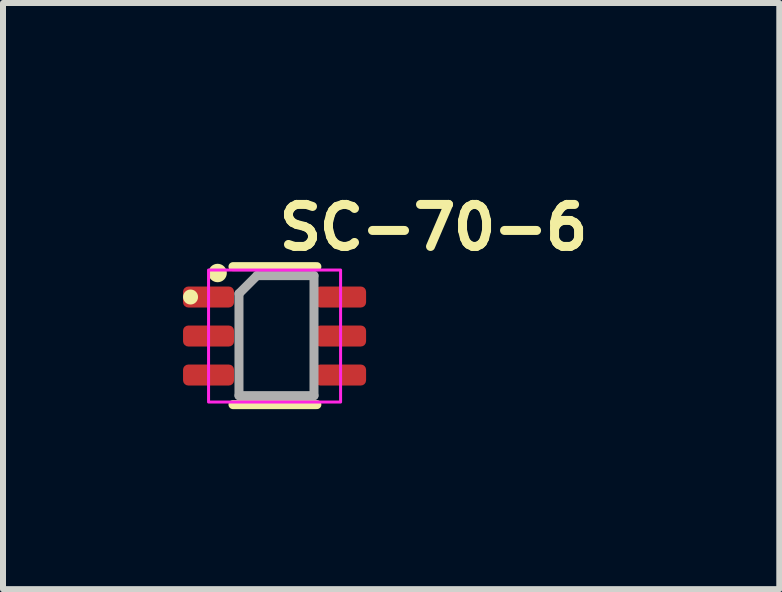
<source format=kicad_pcb>
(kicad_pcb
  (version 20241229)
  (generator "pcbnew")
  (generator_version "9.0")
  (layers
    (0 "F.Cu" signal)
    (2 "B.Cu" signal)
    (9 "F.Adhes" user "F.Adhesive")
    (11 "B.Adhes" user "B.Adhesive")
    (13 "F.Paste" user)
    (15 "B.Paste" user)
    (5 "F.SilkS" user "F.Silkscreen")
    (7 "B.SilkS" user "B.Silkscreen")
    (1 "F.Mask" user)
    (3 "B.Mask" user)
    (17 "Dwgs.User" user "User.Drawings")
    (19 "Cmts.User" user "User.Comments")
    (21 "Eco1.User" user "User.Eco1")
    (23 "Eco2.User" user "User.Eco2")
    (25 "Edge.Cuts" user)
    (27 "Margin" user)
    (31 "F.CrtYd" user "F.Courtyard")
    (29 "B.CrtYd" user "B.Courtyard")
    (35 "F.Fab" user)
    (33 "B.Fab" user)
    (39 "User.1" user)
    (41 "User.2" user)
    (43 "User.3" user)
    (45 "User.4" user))
  (footprint "SC-70-6"
    (layer "F.Cu")
    (at 1.525 2.549)
    (property "Reference" "SC-70-6" (at 0 -1.399 180) (layer "F.SilkS") (effects (font (size 0.7 0.7) (thickness 0.15)) (justify left bottom)))
    (attr smd)
    (fp_line (start -0.693 -1.156) (end 0.705 -1.156) (stroke (width 0.15) (type solid)) (layer "F.SilkS"))
    (fp_line (start -0.693 1.143) (end 0.705 1.143) (stroke (width 0.15) (type solid)) (layer "F.SilkS"))
    (fp_circle (center -1.4 -0.65) (end -1.35 -0.65) (stroke (width 0.15) (type solid)) (fill yes) (layer "F.SilkS"))
    (fp_circle (center -0.949 -1.05) (end -1 -0.99) (stroke (width 0.15) (type solid)) (fill yes) (layer "F.SilkS"))
    (fp_rect (start -1.1 -1.1) (end 1.1 1.1) (stroke (width 0.05) (type solid)) (fill no) (layer "F.CrtYd"))
    (fp_line (start -0.593 0.993) (end -0.593 -0.706) (stroke (width 0.15) (type solid)) (layer "F.Fab"))
    (fp_line (start -0.293 -1.006) (end -0.593 -0.706) (stroke (width 0.15) (type solid)) (layer "F.Fab"))
    (fp_line (start -0.293 -1.006) (end 0.657 -1.006) (stroke (width 0.15) (type solid)) (layer "F.Fab"))
    (fp_line (start 0.657 -1.006) (end 0.657 0.993) (stroke (width 0.15) (type solid)) (layer "F.Fab"))
    (fp_line (start 0.657 0.993) (end -0.593 0.993) (stroke (width 0.15) (type solid)) (layer "F.Fab"))
    (fp_rect (start -1 -1) (end 1 1) (stroke (width 0.1) (type solid)) (fill no) (layer "User.5"))
    (fp_line (start -1 -0.8) (end -0.975 -0.8) (stroke (width 0.02) (type solid)) (layer "User.9"))
    (fp_line (start -1 -0.5) (end -1 -0.8) (stroke (width 0.02) (type solid)) (layer "User.9"))
    (fp_line (start -1 -0.5) (end -0.975 -0.5) (stroke (width 0.02) (type solid)) (layer "User.9"))
    (fp_line (start -1 -0.15) (end -0.975 -0.15) (stroke (width 0.02) (type solid)) (layer "User.9"))
    (fp_line (start -1 0.15) (end -1 -0.15) (stroke (width 0.02) (type solid)) (layer "User.9"))
    (fp_line (start -1 0.15) (end -0.975 0.15) (stroke (width 0.02) (type solid)) (layer "User.9"))
    (fp_line (start -1 0.5) (end -0.975 0.5) (stroke (width 0.02) (type solid)) (layer "User.9"))
    (fp_line (start -1 0.8) (end -1 0.5) (stroke (width 0.02) (type solid)) (layer "User.9"))
    (fp_line (start -1 0.8) (end -0.975 0.8) (stroke (width 0.02) (type solid)) (layer "User.9"))
    (fp_line (start -0.975 -0.8) (end -0.875 -0.8) (stroke (width 0.02) (type solid)) (layer "User.9"))
    (fp_line (start -0.975 -0.5) (end -0.875 -0.5) (stroke (width 0.02) (type solid)) (layer "User.9"))
    (fp_line (start -0.975 -0.15) (end -0.875 -0.15) (stroke (width 0.02) (type solid)) (layer "User.9"))
    (fp_line (start -0.975 0.15) (end -0.875 0.15) (stroke (width 0.02) (type solid)) (layer "User.9"))
    (fp_line (start -0.975 0.5) (end -0.875 0.5) (stroke (width 0.02) (type solid)) (layer "User.9"))
    (fp_line (start -0.975 0.8) (end -0.875 0.8) (stroke (width 0.02) (type solid)) (layer "User.9"))
    (fp_line (start -0.875 -0.8) (end -0.625 -0.8) (stroke (width 0.02) (type solid)) (layer "User.9"))
    (fp_line (start -0.875 -0.5) (end -0.875 -0.8) (stroke (width 0.02) (type solid)) (layer "User.9"))
    (fp_line (start -0.875 -0.5) (end -0.625 -0.5) (stroke (width 0.02) (type solid)) (layer "User.9"))
    (fp_line (start -0.875 -0.15) (end -0.625 -0.15) (stroke (width 0.02) (type solid)) (layer "User.9"))
    (fp_line (start -0.875 0.15) (end -0.875 -0.15) (stroke (width 0.02) (type solid)) (layer "User.9"))
    (fp_line (start -0.875 0.15) (end -0.625 0.15) (stroke (width 0.02) (type solid)) (layer "User.9"))
    (fp_line (start -0.875 0.5) (end -0.625 0.5) (stroke (width 0.02) (type solid)) (layer "User.9"))
    (fp_line (start -0.875 0.8) (end -0.875 0.5) (stroke (width 0.02) (type solid)) (layer "User.9"))
    (fp_line (start -0.875 0.8) (end -0.625 0.8) (stroke (width 0.02) (type solid)) (layer "User.9"))
    (fp_line (start -0.625 -0.905) (end -0.6 -0.892) (stroke (width 0.02) (type solid)) (layer "User.9"))
    (fp_line (start -0.625 -0.905) (end -0.53 -1) (stroke (width 0.02) (type solid)) (layer "User.9"))
    (fp_line (start -0.625 -0.8) (end -0.625 -0.905) (stroke (width 0.02) (type solid)) (layer "User.9"))
    (fp_line (start -0.625 -0.15) (end -0.625 -0.5) (stroke (width 0.02) (type solid)) (layer "User.9"))
    (fp_line (start -0.625 0.5) (end -0.625 0.15) (stroke (width 0.02) (type solid)) (layer "User.9"))
    (fp_line (start -0.625 0.905) (end -0.625 0.8) (stroke (width 0.02) (type solid)) (layer "User.9"))
    (fp_line (start -0.625 0.905) (end -0.6 0.892) (stroke (width 0.02) (type solid)) (layer "User.9"))
    (fp_line (start -0.6 -0.892) (end -0.543 -0.864) (stroke (width 0.02) (type solid)) (layer "User.9"))
    (fp_line (start -0.6 -0.892) (end -0.517 -0.975) (stroke (width 0.02) (type solid)) (layer "User.9"))
    (fp_line (start -0.6 -0.8) (end -0.6 -0.892) (stroke (width 0.02) (type solid)) (layer "User.9"))
    (fp_line (start -0.6 -0.5) (end -0.6 -0.8) (stroke (width 0.02) (type solid)) (layer "User.9"))
    (fp_line (start -0.6 -0.15) (end -0.6 -0.5) (stroke (width 0.02) (type solid)) (layer "User.9"))
    (fp_line (start -0.6 0.15) (end -0.6 -0.15) (stroke (width 0.02) (type solid)) (layer "User.9"))
    (fp_line (start -0.6 0.5) (end -0.6 0.15) (stroke (width 0.02) (type solid)) (layer "User.9"))
    (fp_line (start -0.6 0.8) (end -0.6 0.5) (stroke (width 0.02) (type solid)) (layer "User.9"))
    (fp_line (start -0.6 0.892) (end -0.6 0.8) (stroke (width 0.02) (type solid)) (layer "User.9"))
    (fp_line (start -0.6 0.892) (end -0.543 0.864) (stroke (width 0.02) (type solid)) (layer "User.9"))
    (fp_line (start -0.543 -0.864) (end -0.489 -0.918) (stroke (width 0.02) (type solid)) (layer "User.9"))
    (fp_line (start -0.543 0.864) (end -0.543 -0.864) (stroke (width 0.02) (type solid)) (layer "User.9"))
    (fp_line (start -0.53 -1) (end -0.517 -0.975) (stroke (width 0.02) (type solid)) (layer "User.9"))
    (fp_line (start -0.53 -1) (end 0.53 -1) (stroke (width 0.02) (type solid)) (layer "User.9"))
    (fp_line (start -0.53 1) (end -0.625 0.905) (stroke (width 0.02) (type solid)) (layer "User.9"))
    (fp_line (start -0.53 1) (end -0.517 0.975) (stroke (width 0.02) (type solid)) (layer "User.9"))
    (fp_line (start -0.517 -0.975) (end -0.489 -0.918) (stroke (width 0.02) (type solid)) (layer "User.9"))
    (fp_line (start -0.517 -0.975) (end 0.517 -0.975) (stroke (width 0.02) (type solid)) (layer "User.9"))
    (fp_line (start -0.517 0.975) (end -0.6 0.892) (stroke (width 0.02) (type solid)) (layer "User.9"))
    (fp_line (start -0.517 0.975) (end -0.489 0.918) (stroke (width 0.02) (type solid)) (layer "User.9"))
    (fp_line (start -0.489 -0.918) (end 0.489 -0.918) (stroke (width 0.02) (type solid)) (layer "User.9"))
    (fp_line (start -0.489 0.918) (end -0.543 0.864) (stroke (width 0.02) (type solid)) (layer "User.9"))
    (fp_line (start 0.489 -0.918) (end 0.543 -0.864) (stroke (width 0.02) (type solid)) (layer "User.9"))
    (fp_line (start 0.489 0.918) (end -0.489 0.918) (stroke (width 0.02) (type solid)) (layer "User.9"))
    (fp_line (start 0.517 -0.975) (end 0.489 -0.918) (stroke (width 0.02) (type solid)) (layer "User.9"))
    (fp_line (start 0.517 -0.975) (end 0.6 -0.892) (stroke (width 0.02) (type solid)) (layer "User.9"))
    (fp_line (start 0.517 0.975) (end -0.517 0.975) (stroke (width 0.02) (type solid)) (layer "User.9"))
    (fp_line (start 0.517 0.975) (end 0.489 0.918) (stroke (width 0.02) (type solid)) (layer "User.9"))
    (fp_line (start 0.53 -1) (end 0.517 -0.975) (stroke (width 0.02) (type solid)) (layer "User.9"))
    (fp_line (start 0.53 -1) (end 0.625 -0.905) (stroke (width 0.02) (type solid)) (layer "User.9"))
    (fp_line (start 0.53 1) (end -0.53 1) (stroke (width 0.02) (type solid)) (layer "User.9"))
    (fp_line (start 0.53 1) (end 0.517 0.975) (stroke (width 0.02) (type solid)) (layer "User.9"))
    (fp_line (start 0.543 -0.864) (end 0.543 0.864) (stroke (width 0.02) (type solid)) (layer "User.9"))
    (fp_line (start 0.543 0.864) (end 0.489 0.918) (stroke (width 0.02) (type solid)) (layer "User.9"))
    (fp_line (start 0.6 -0.892) (end 0.543 -0.864) (stroke (width 0.02) (type solid)) (layer "User.9"))
    (fp_line (start 0.6 -0.892) (end 0.6 -0.8) (stroke (width 0.02) (type solid)) (layer "User.9"))
    (fp_line (start 0.6 -0.8) (end 0.6 -0.5) (stroke (width 0.02) (type solid)) (layer "User.9"))
    (fp_line (start 0.6 -0.5) (end 0.6 -0.15) (stroke (width 0.02) (type solid)) (layer "User.9"))
    (fp_line (start 0.6 -0.15) (end 0.6 0.15) (stroke (width 0.02) (type solid)) (layer "User.9"))
    (fp_line (start 0.6 0.15) (end 0.6 0.5) (stroke (width 0.02) (type solid)) (layer "User.9"))
    (fp_line (start 0.6 0.5) (end 0.6 0.8) (stroke (width 0.02) (type solid)) (layer "User.9"))
    (fp_line (start 0.6 0.8) (end 0.6 0.892) (stroke (width 0.02) (type solid)) (layer "User.9"))
    (fp_line (start 0.6 0.892) (end 0.517 0.975) (stroke (width 0.02) (type solid)) (layer "User.9"))
    (fp_line (start 0.6 0.892) (end 0.543 0.864) (stroke (width 0.02) (type solid)) (layer "User.9"))
    (fp_line (start 0.625 -0.905) (end 0.6 -0.892) (stroke (width 0.02) (type solid)) (layer "User.9"))
    (fp_line (start 0.625 -0.905) (end 0.625 -0.8) (stroke (width 0.02) (type solid)) (layer "User.9"))
    (fp_line (start 0.625 -0.5) (end 0.625 -0.15) (stroke (width 0.02) (type solid)) (layer "User.9"))
    (fp_line (start 0.625 0.15) (end 0.625 0.5) (stroke (width 0.02) (type solid)) (layer "User.9"))
    (fp_line (start 0.625 0.8) (end 0.625 0.905) (stroke (width 0.02) (type solid)) (layer "User.9"))
    (fp_line (start 0.625 0.905) (end 0.53 1) (stroke (width 0.02) (type solid)) (layer "User.9"))
    (fp_line (start 0.625 0.905) (end 0.6 0.892) (stroke (width 0.02) (type solid)) (layer "User.9"))
    (fp_line (start 0.875 -0.8) (end 0.625 -0.8) (stroke (width 0.02) (type solid)) (layer "User.9"))
    (fp_line (start 0.875 -0.8) (end 0.875 -0.5) (stroke (width 0.02) (type solid)) (layer "User.9"))
    (fp_line (start 0.875 -0.5) (end 0.625 -0.5) (stroke (width 0.02) (type solid)) (layer "User.9"))
    (fp_line (start 0.875 -0.15) (end 0.625 -0.15) (stroke (width 0.02) (type solid)) (layer "User.9"))
    (fp_line (start 0.875 -0.15) (end 0.875 0.15) (stroke (width 0.02) (type solid)) (layer "User.9"))
    (fp_line (start 0.875 0.15) (end 0.625 0.15) (stroke (width 0.02) (type solid)) (layer "User.9"))
    (fp_line (start 0.875 0.5) (end 0.625 0.5) (stroke (width 0.02) (type solid)) (layer "User.9"))
    (fp_line (start 0.875 0.5) (end 0.875 0.8) (stroke (width 0.02) (type solid)) (layer "User.9"))
    (fp_line (start 0.875 0.8) (end 0.625 0.8) (stroke (width 0.02) (type solid)) (layer "User.9"))
    (fp_line (start 0.975 -0.8) (end 0.875 -0.8) (stroke (width 0.02) (type solid)) (layer "User.9"))
    (fp_line (start 0.975 -0.5) (end 0.875 -0.5) (stroke (width 0.02) (type solid)) (layer "User.9"))
    (fp_line (start 0.975 -0.15) (end 0.875 -0.15) (stroke (width 0.02) (type solid)) (layer "User.9"))
    (fp_line (start 0.975 0.15) (end 0.875 0.15) (stroke (width 0.02) (type solid)) (layer "User.9"))
    (fp_line (start 0.975 0.5) (end 0.875 0.5) (stroke (width 0.02) (type solid)) (layer "User.9"))
    (fp_line (start 0.975 0.8) (end 0.875 0.8) (stroke (width 0.02) (type solid)) (layer "User.9"))
    (fp_line (start 1 -0.8) (end 0.975 -0.8) (stroke (width 0.02) (type solid)) (layer "User.9"))
    (fp_line (start 1 -0.8) (end 1 -0.5) (stroke (width 0.02) (type solid)) (layer "User.9"))
    (fp_line (start 1 -0.5) (end 0.975 -0.5) (stroke (width 0.02) (type solid)) (layer "User.9"))
    (fp_line (start 1 -0.15) (end 0.975 -0.15) (stroke (width 0.02) (type solid)) (layer "User.9"))
    (fp_line (start 1 -0.15) (end 1 0.15) (stroke (width 0.02) (type solid)) (layer "User.9"))
    (fp_line (start 1 0.15) (end 0.975 0.15) (stroke (width 0.02) (type solid)) (layer "User.9"))
    (fp_line (start 1 0.5) (end 0.975 0.5) (stroke (width 0.02) (type solid)) (layer "User.9"))
    (fp_line (start 1 0.5) (end 1 0.8) (stroke (width 0.02) (type solid)) (layer "User.9"))
    (fp_line (start 1 0.8) (end 0.975 0.8) (stroke (width 0.02) (type solid)) (layer "User.9"))
    (pad "1" smd roundrect (at -1.1 -0.65) (size 0.85 0.35) (layers "F.Cu" "F.Mask" "F.Paste") (roundrect_rratio 0.25))
    (pad "2" smd roundrect (at -1.1 0) (size 0.85 0.35) (layers "F.Cu" "F.Mask" "F.Paste") (roundrect_rratio 0.25))
    (pad "3" smd roundrect (at -1.1 0.65) (size 0.85 0.35) (layers "F.Cu" "F.Mask" "F.Paste") (roundrect_rratio 0.25))
    (pad "4" smd roundrect (at 1.1 0.65) (size 0.85 0.35) (layers "F.Cu" "F.Mask" "F.Paste") (roundrect_rratio 0.25))
    (pad "5" smd roundrect (at 1.1 0) (size 0.85 0.35) (layers "F.Cu" "F.Mask" "F.Paste") (roundrect_rratio 0.25))
    (pad "6" smd roundrect (at 1.1 -0.65) (size 0.85 0.35) (layers "F.Cu" "F.Mask" "F.Paste") (roundrect_rratio 0.25)))
  (gr_rect
    (start -3 -3)
    (end 9.935 6.767)
    (stroke (width 0.1) (type default))
    (fill no)
    (layer "Edge.Cuts")))
</source>
